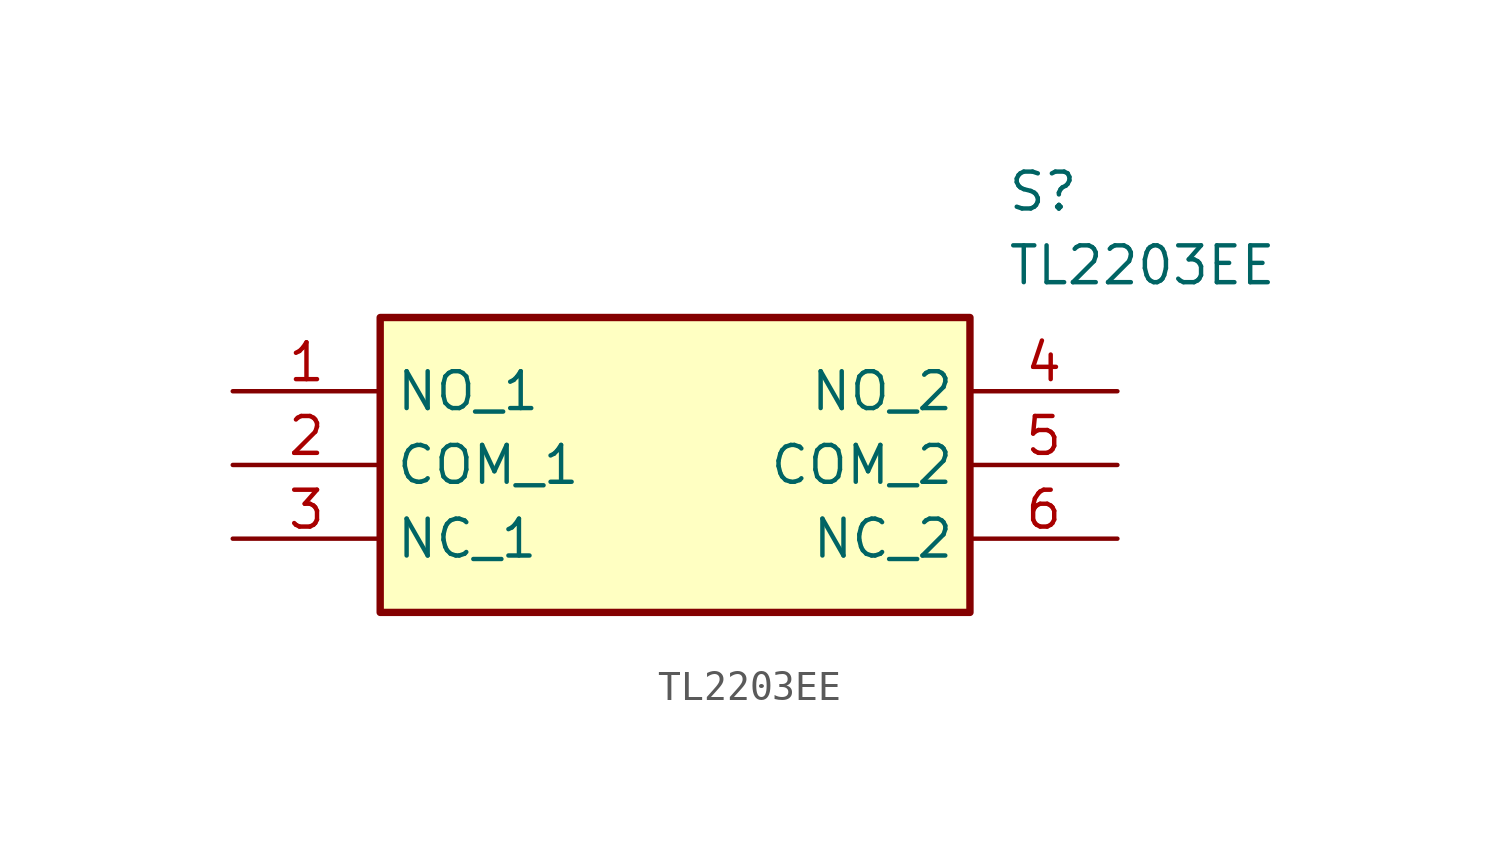
<source format=kicad_sym>
(kicad_symbol_lib
  (version 20211014)
  (generator SamacSys_ECAD_Model)
  (symbol "TL2203EE"
    (property "Reference" "S"
      (at 26.67 7.62 0)
      (effects (font (size 1.27 1.27)) (justify left top)))
    (property "Value" "TL2203EE"
      (at 26.67 5.08 0)
      (effects (font (size 1.27 1.27)) (justify left top)))
    (rectangle
      (start 5.08 2.54)
      (end 25.4 -7.62)
      (stroke (width 0.254) (type default))
      (fill (type background)))
    (pin passive line
      (at 0 0 0)
      (length 5.08)
      (name "NO_1" (effects (font (size 1.27 1.27))))
      (number "1" (effects (font (size 1.27 1.27)))))
    (pin passive line
      (at 0 -2.54 0)
      (length 5.08)
      (name "COM_1" (effects (font (size 1.27 1.27))))
      (number "2" (effects (font (size 1.27 1.27)))))
    (pin passive line
      (at 0 -5.08 0)
      (length 5.08)
      (name "NC_1" (effects (font (size 1.27 1.27))))
      (number "3" (effects (font (size 1.27 1.27)))))
    (pin passive line
      (at 30.48 0 180)
      (length 5.08)
      (name "NO_2" (effects (font (size 1.27 1.27))))
      (number "4" (effects (font (size 1.27 1.27)))))
    (pin passive line
      (at 30.48 -2.54 180)
      (length 5.08)
      (name "COM_2" (effects (font (size 1.27 1.27))))
      (number "5" (effects (font (size 1.27 1.27)))))
    (pin passive line
      (at 30.48 -5.08 180)
      (length 5.08)
      (name "NC_2" (effects (font (size 1.27 1.27))))
      (number "6" (effects (font (size 1.27 1.27)))))))
</source>
